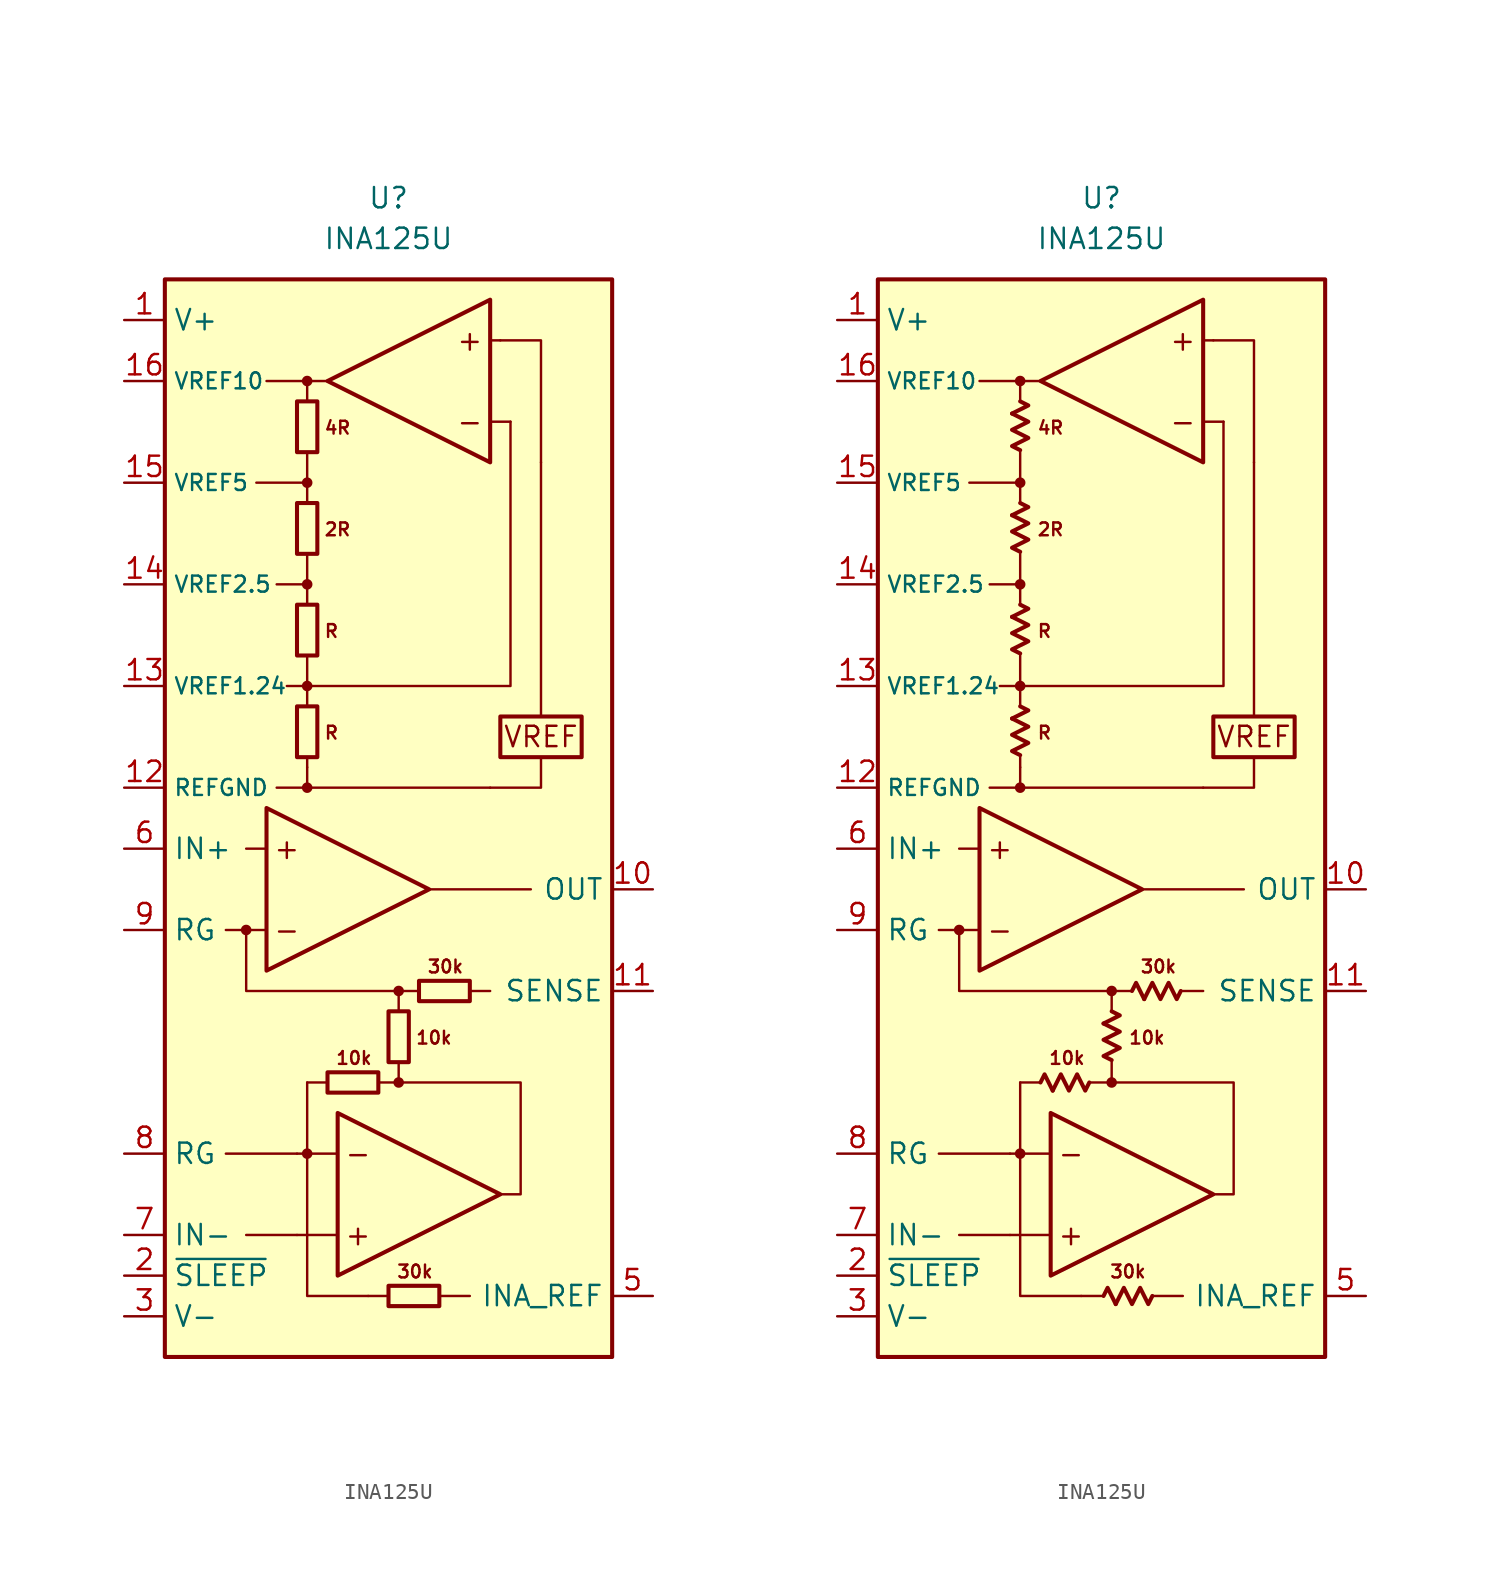
<source format=kicad_sym>
(kicad_symbol_lib
  (version 20231120)
  (generator "kicad_symbol_editor")
  (generator_version "8.0")
  (symbol "INA125U"
    (property "Reference" "U"
      (at 0 36.83 0)
      (effects (font (size 1.27 1.27))))
    (property "Value" "INA125U"
      (at 0 34.29 0)
      (effects (font (size 1.27 1.27))))
    (symbol "INA125U_0_0"
      (circle (center -8.89 -8.89) (radius 0.254) (stroke (width 0.152) (type default)) (fill (type outline)))
      (circle (center -5.08 -22.86) (radius 0.254) (stroke (width 0.152) (type default)) (fill (type outline)))
      (circle (center -5.08 0) (radius 0.254) (stroke (width 0.152) (type default)) (fill (type outline)))
      (circle (center -5.08 6.35) (radius 0.254) (stroke (width 0.152) (type default)) (fill (type outline)))
      (circle (center -5.08 12.7) (radius 0.254) (stroke (width 0.152) (type default)) (fill (type outline)))
      (circle (center -5.08 19.05) (radius 0.254) (stroke (width 0.152) (type default)) (fill (type outline)))
      (circle (center -5.08 25.4) (radius 0.254) (stroke (width 0.152) (type default)) (fill (type outline)))
      (polyline (pts (xy -5.08 0) (xy 6.35 0)) (stroke (width 0.152) (type default)) (fill (type none)))
      (polyline (pts (xy -5.08 1.27) (xy -5.08 0)) (stroke (width 0.152) (type default)) (fill (type none)))
      (polyline (pts (xy -5.08 1.905) (xy -5.08 1.27)) (stroke (width 0.152) (type default)) (fill (type none)))
      (polyline (pts (xy -5.08 6.35) (xy -5.08 5.08)) (stroke (width 0.152) (type default)) (fill (type none)))
      (polyline (pts (xy -5.08 8.255) (xy -5.08 6.35)) (stroke (width 0.152) (type default)) (fill (type none)))
      (polyline (pts (xy -5.08 12.7) (xy -5.08 11.43)) (stroke (width 0.152) (type default)) (fill (type none)))
      (polyline (pts (xy -5.08 14.605) (xy -5.08 12.7)) (stroke (width 0.152) (type default)) (fill (type none)))
      (polyline (pts (xy -5.08 19.05) (xy -5.08 17.78)) (stroke (width 0.152) (type default)) (fill (type none)))
      (polyline (pts (xy -5.08 20.955) (xy -5.08 19.05)) (stroke (width 0.152) (type default)) (fill (type none)))
      (polyline (pts (xy -3.81 -18.415) (xy -5.08 -18.415)) (stroke (width 0.152) (type default)) (fill (type none)))
      (polyline (pts (xy -3.175 -27.94) (xy -5.715 -27.94)) (stroke (width 0.152) (type default)) (fill (type none)))
      (polyline (pts (xy -3.175 -22.86) (xy -5.715 -22.86)) (stroke (width 0.152) (type default)) (fill (type none)))
      (polyline (pts (xy 0 -31.75) (xy -1.27 -31.75)) (stroke (width 0.152) (type default)) (fill (type none)))
      (polyline (pts (xy 1.905 -12.7) (xy 0.635 -12.7)) (stroke (width 0.152) (type default)) (fill (type none)))
      (polyline (pts (xy 6.35 22.86) (xy 7.62 22.86)) (stroke (width 0.152) (type default)) (fill (type none)))
      (polyline (pts (xy 6.35 27.94) (xy 6.985 27.94)) (stroke (width 0.152) (type default)) (fill (type none)))
      (polyline (pts (xy 9.525 4.445) (xy 9.525 20.32)) (stroke (width 0.152) (type default)) (fill (type none)))
      (polyline (pts (xy 9.525 1.905) (xy 9.525 0) (xy 6.35 0)) (stroke (width 0.152) (type default)) (fill (type none)))
      (circle (center 0.635 -18.415) (radius 0.254) (stroke (width 0.152) (type default)) (fill (type outline)))
      (circle (center 0.635 -12.7) (radius 0.254) (stroke (width 0.152) (type default)) (fill (type outline)))
      (rectangle (start 6.985 4.445) (end 12.065 1.905) (stroke (width 0.254) (type default)) (fill (type none)))
      (text "+" (at -6.35 -3.81 0) (effects (font (size 1.27 1.27))))
      (text "+" (at -1.905 -27.94 0) (effects (font (size 1.27 1.27))))
      (text "+" (at 5.08 27.94 0) (effects (font (size 1.27 1.27))))
      (text "-" (at -6.35 -8.89 0) (effects (font (size 1.27 1.27))))
      (text "-" (at -1.905 -22.86 0) (effects (font (size 1.27 1.27))))
      (text "-" (at 5.08 22.86 0) (effects (font (size 1.27 1.27))))
      (text "10k" (at -2.159 -16.891 0) (effects (font (size 0.8 0.8))))
      (text "10k" (at 1.651 -15.621 0) (effects (font (size 0.8 0.8)) (justify left)))
      (text "2R" (at -4.064 16.129 0) (effects (font (size 0.8 0.8)) (justify left)))
      (text "30k" (at 1.651 -30.226 0) (effects (font (size 0.8 0.8))))
      (text "30k" (at 3.556 -11.176 0) (effects (font (size 0.8 0.8))))
      (text "4R" (at -4.064 22.479 0) (effects (font (size 0.8 0.8)) (justify left)))
      (text "R" (at -4.064 3.429 0) (effects (font (size 0.8 0.8)) (justify left)))
      (text "R" (at -4.064 9.779 0) (effects (font (size 0.8 0.8)) (justify left)))
      (text "VREF" (at 9.525 3.175 0) (effects (font (size 1.27 1.27)))))
    (symbol "INA125U_0_1"
      (rectangle (start -5.715 1.905) (end -4.445 5.08) (stroke (width 0.254) (type default)) (fill (type none)))
      (rectangle (start -5.715 8.255) (end -4.445 11.43) (stroke (width 0.254) (type default)) (fill (type none)))
      (rectangle (start -5.715 14.605) (end -4.445 17.78) (stroke (width 0.254) (type default)) (fill (type none)))
      (rectangle (start -5.715 20.955) (end -4.445 24.13) (stroke (width 0.254) (type default)) (fill (type none)))
      (rectangle (start -3.81 -17.78) (end -0.635 -19.05) (stroke (width 0.254) (type default)) (fill (type none)))
      (rectangle (start 0 -31.115) (end 3.175 -32.385) (stroke (width 0.254) (type default)) (fill (type none)))
      (rectangle (start 0 -17.145) (end 1.27 -13.97) (stroke (width 0.254) (type default)) (fill (type none)))
      (rectangle (start 1.905 -12.065) (end 5.08 -13.335) (stroke (width 0.254) (type default)) (fill (type none))))
    (symbol "INA125U_0_2"
      (polyline (pts (xy -5.588 4.318) (xy -4.572 4.826) (xy -5.08 5.08)) (stroke (width 0.254) (type default)) (fill (type none)))
      (polyline (pts (xy -5.588 10.668) (xy -4.572 11.176) (xy -5.08 11.43)) (stroke (width 0.254) (type default)) (fill (type none)))
      (polyline (pts (xy -5.588 17.018) (xy -4.572 17.526) (xy -5.08 17.78)) (stroke (width 0.254) (type default)) (fill (type none)))
      (polyline (pts (xy -5.588 23.368) (xy -4.572 23.876) (xy -5.08 24.13)) (stroke (width 0.254) (type default)) (fill (type none)))
      (polyline (pts (xy -3.048 -18.923) (xy -3.556 -17.907) (xy -3.81 -18.415)) (stroke (width 0.254) (type default)) (fill (type none)))
      (polyline (pts (xy 0.127 -14.732) (xy 1.143 -14.224) (xy 0.635 -13.97)) (stroke (width 0.254) (type default)) (fill (type none)))
      (polyline (pts (xy 0.889 -32.258) (xy 0.381 -31.242) (xy 0.127 -31.75)) (stroke (width 0.254) (type default)) (fill (type none)))
      (polyline (pts (xy 2.667 -13.208) (xy 2.159 -12.192) (xy 1.905 -12.7)) (stroke (width 0.254) (type default)) (fill (type none)))
      (polyline (pts (xy -5.08 2.032) (xy -5.588 2.286) (xy -4.572 2.794) (xy -5.588 3.302) (xy -4.572 3.81) (xy -5.588 4.318)) (stroke (width 0.254) (type default)) (fill (type none)))
      (polyline (pts (xy -5.08 8.382) (xy -5.588 8.636) (xy -4.572 9.144) (xy -5.588 9.652) (xy -4.572 10.16) (xy -5.588 10.668)) (stroke (width 0.254) (type default)) (fill (type none)))
      (polyline (pts (xy -5.08 14.732) (xy -5.588 14.986) (xy -4.572 15.494) (xy -5.588 16.002) (xy -4.572 16.51) (xy -5.588 17.018)) (stroke (width 0.254) (type default)) (fill (type none)))
      (polyline (pts (xy -5.08 21.082) (xy -5.588 21.336) (xy -4.572 21.844) (xy -5.588 22.352) (xy -4.572 22.86) (xy -5.588 23.368)) (stroke (width 0.254) (type default)) (fill (type none)))
      (polyline (pts (xy -0.762 -18.415) (xy -1.016 -18.923) (xy -1.524 -17.907) (xy -2.032 -18.923) (xy -2.54 -17.907) (xy -3.048 -18.923)) (stroke (width 0.254) (type default)) (fill (type none)))
      (polyline (pts (xy 0.635 -17.018) (xy 0.127 -16.764) (xy 1.143 -16.256) (xy 0.127 -15.748) (xy 1.143 -15.24) (xy 0.127 -14.732)) (stroke (width 0.254) (type default)) (fill (type none)))
      (polyline (pts (xy 3.175 -31.75) (xy 2.921 -32.258) (xy 2.413 -31.242) (xy 1.905 -32.258) (xy 1.397 -31.242) (xy 0.889 -32.258)) (stroke (width 0.254) (type default)) (fill (type none)))
      (polyline (pts (xy 4.953 -12.7) (xy 4.699 -13.208) (xy 4.191 -12.192) (xy 3.683 -13.208) (xy 3.175 -12.192) (xy 2.667 -13.208)) (stroke (width 0.254) (type default)) (fill (type none))))
    (symbol "INA125U_1_0"
      (rectangle (start -13.97 31.75) (end 13.97 -35.56) (stroke (width 0.254) (type default)) (fill (type background)))
      (polyline (pts (xy -8.89 -27.94) (xy -5.715 -27.94)) (stroke (width 0.152) (type default)) (fill (type none)))
      (polyline (pts (xy -7.62 -8.89) (xy -10.16 -8.89)) (stroke (width 0.152) (type default)) (fill (type none)))
      (polyline (pts (xy -7.62 -3.81) (xy -8.89 -3.81)) (stroke (width 0.152) (type default)) (fill (type none)))
      (polyline (pts (xy -5.715 -22.86) (xy -10.16 -22.86)) (stroke (width 0.152) (type default)) (fill (type none)))
      (polyline (pts (xy -5.08 -18.415) (xy -5.08 -22.86)) (stroke (width 0.152) (type default)) (fill (type none)))
      (polyline (pts (xy -5.08 0) (xy -6.985 0)) (stroke (width 0.152) (type default)) (fill (type none)))
      (polyline (pts (xy -5.08 6.35) (xy -6.35 6.35)) (stroke (width 0.152) (type default)) (fill (type none)))
      (polyline (pts (xy -5.08 12.7) (xy -6.985 12.7)) (stroke (width 0.152) (type default)) (fill (type none)))
      (polyline (pts (xy -5.08 19.05) (xy -8.255 19.05)) (stroke (width 0.152) (type default)) (fill (type none)))
      (polyline (pts (xy -5.08 25.4) (xy -7.62 25.4)) (stroke (width 0.152) (type default)) (fill (type none)))
      (polyline (pts (xy 0.635 -13.97) (xy 0.635 -12.7)) (stroke (width 0.152) (type default)) (fill (type none)))
      (polyline (pts (xy 2.54 -6.35) (xy 8.89 -6.35)) (stroke (width 0.152) (type default)) (fill (type none)))
      (polyline (pts (xy 3.175 -31.75) (xy 5.08 -31.75)) (stroke (width 0.152) (type default)) (fill (type none)))
      (polyline (pts (xy 5.08 -12.7) (xy 6.35 -12.7)) (stroke (width 0.152) (type default)) (fill (type none)))
      (polyline (pts (xy -8.89 -8.89) (xy -8.89 -12.7) (xy 0.635 -12.7)) (stroke (width 0.152) (type default)) (fill (type none)))
      (polyline (pts (xy -5.08 -22.86) (xy -5.08 -31.75) (xy -1.27 -31.75)) (stroke (width 0.152) (type default)) (fill (type none)))
      (polyline (pts (xy -5.08 24.13) (xy -5.08 25.4) (xy -3.81 25.4)) (stroke (width 0.152) (type default)) (fill (type none)))
      (polyline (pts (xy 0.635 -17.145) (xy 0.635 -18.415) (xy -0.635 -18.415)) (stroke (width 0.152) (type default)) (fill (type none)))
      (polyline (pts (xy 6.985 27.94) (xy 9.525 27.94) (xy 9.525 20.32)) (stroke (width 0.152) (type default)) (fill (type none)))
      (polyline (pts (xy 7.62 22.86) (xy 7.62 6.35) (xy -5.08 6.35)) (stroke (width 0.152) (type default)) (fill (type none)))
      (polyline (pts (xy -7.62 -1.27) (xy -7.62 -11.43) (xy 2.54 -6.35) (xy -7.62 -1.27)) (stroke (width 0.254) (type default)) (fill (type none)))
      (polyline (pts (xy -3.175 -20.32) (xy -3.175 -30.48) (xy 6.985 -25.4) (xy -3.175 -20.32)) (stroke (width 0.254) (type default)) (fill (type none)))
      (polyline (pts (xy 0.635 -18.415) (xy 8.255 -18.415) (xy 8.255 -25.4) (xy 6.985 -25.4)) (stroke (width 0.152) (type default)) (fill (type none)))
      (polyline (pts (xy 6.35 20.32) (xy 6.35 30.48) (xy -3.81 25.4) (xy 6.35 20.32)) (stroke (width 0.254) (type default)) (fill (type none))))
    (symbol "INA125U_1_1"
      (pin power_in line (at -16.51 29.21 0) (length 2.54) (name "V+" (effects (font (size 1.27 1.27)))) (number "1" (effects (font (size 1.27 1.27)))))
      (pin output line (at 16.51 -6.35 180) (length 2.54) (name "OUT" (effects (font (size 1.27 1.27)))) (number "10" (effects (font (size 1.27 1.27)))))
      (pin input line (at 16.51 -12.7 180) (length 2.54) (name "SENSE" (effects (font (size 1.27 1.27)))) (number "11" (effects (font (size 1.27 1.27)))))
      (pin power_in line (at -16.51 0 0) (length 2.54) (name "REFGND" (effects (font (size 1 1)))) (number "12" (effects (font (size 1.27 1.27)))))
      (pin passive line (at -16.51 6.35 0) (length 2.54) (name "VREF1.24" (effects (font (size 1 1)))) (number "13" (effects (font (size 1.27 1.27)))))
      (pin passive line (at -16.51 12.7 0) (length 2.54) (name "VREF2.5" (effects (font (size 1 1)))) (number "14" (effects (font (size 1.27 1.27)))))
      (pin passive line (at -16.51 19.05 0) (length 2.54) (name "VREF5" (effects (font (size 1 1)))) (number "15" (effects (font (size 1.27 1.27)))))
      (pin passive line (at -16.51 25.4 0) (length 2.54) (name "VREF10" (effects (font (size 1 1)))) (number "16" (effects (font (size 1.27 1.27)))))
      (pin input line (at -16.51 -30.48 0) (length 2.54) (name "~{SLEEP}" (effects (font (size 1.27 1.27)))) (number "2" (effects (font (size 1.27 1.27)))))
      (pin power_in line (at -16.51 -33.02 0) (length 2.54) (name "V-" (effects (font (size 1.27 1.27)))) (number "3" (effects (font (size 1.27 1.27)))))
      (pin input line (at 16.51 -31.75 180) (length 2.54) (name "INA_REF" (effects (font (size 1.27 1.27)))) (number "5" (effects (font (size 1.27 1.27)))))
      (pin input line (at -16.51 -3.81 0) (length 2.54) (name "IN+" (effects (font (size 1.27 1.27)))) (number "6" (effects (font (size 1.27 1.27)))))
      (pin input line (at -16.51 -27.94 0) (length 2.54) (name "IN-" (effects (font (size 1.27 1.27)))) (number "7" (effects (font (size 1.27 1.27)))))
      (pin passive line (at -16.51 -22.86 0) (length 2.54) (name "RG" (effects (font (size 1.27 1.27)))) (number "8" (effects (font (size 1.27 1.27)))))
      (pin passive line (at -16.51 -8.89 0) (length 2.54) (name "RG" (effects (font (size 1.27 1.27)))) (number "9" (effects (font (size 1.27 1.27))))))
    (symbol "INA125U_1_2"
      (pin power_in line (at -16.51 29.21 0) (length 2.54) (name "V+" (effects (font (size 1.27 1.27)))) (number "1" (effects (font (size 1.27 1.27)))))
      (pin output line (at 16.51 -6.35 180) (length 2.54) (name "OUT" (effects (font (size 1.27 1.27)))) (number "10" (effects (font (size 1.27 1.27)))))
      (pin input line (at 16.51 -12.7 180) (length 2.54) (name "SENSE" (effects (font (size 1.27 1.27)))) (number "11" (effects (font (size 1.27 1.27)))))
      (pin power_in line (at -16.51 0 0) (length 2.54) (name "REFGND" (effects (font (size 1 1)))) (number "12" (effects (font (size 1.27 1.27)))))
      (pin passive line (at -16.51 6.35 0) (length 2.54) (name "VREF1.24" (effects (font (size 1 1)))) (number "13" (effects (font (size 1.27 1.27)))))
      (pin passive line (at -16.51 12.7 0) (length 2.54) (name "VREF2.5" (effects (font (size 1 1)))) (number "14" (effects (font (size 1.27 1.27)))))
      (pin passive line (at -16.51 19.05 0) (length 2.54) (name "VREF5" (effects (font (size 1 1)))) (number "15" (effects (font (size 1.27 1.27)))))
      (pin passive line (at -16.51 25.4 0) (length 2.54) (name "VREF10" (effects (font (size 1 1)))) (number "16" (effects (font (size 1.27 1.27)))))
      (pin input line (at -16.51 -30.48 0) (length 2.54) (name "~{SLEEP}" (effects (font (size 1.27 1.27)))) (number "2" (effects (font (size 1.27 1.27)))))
      (pin power_in line (at -16.51 -33.02 0) (length 2.54) (name "V-" (effects (font (size 1.27 1.27)))) (number "3" (effects (font (size 1.27 1.27)))))
      (pin input line (at 16.51 -31.75 180) (length 2.54) (name "INA_REF" (effects (font (size 1.27 1.27)))) (number "5" (effects (font (size 1.27 1.27)))))
      (pin input line (at -16.51 -3.81 0) (length 2.54) (name "IN+" (effects (font (size 1.27 1.27)))) (number "6" (effects (font (size 1.27 1.27)))))
      (pin input line (at -16.51 -27.94 0) (length 2.54) (name "IN-" (effects (font (size 1.27 1.27)))) (number "7" (effects (font (size 1.27 1.27)))))
      (pin passive line (at -16.51 -22.86 0) (length 2.54) (name "RG" (effects (font (size 1.27 1.27)))) (number "8" (effects (font (size 1.27 1.27)))))
      (pin passive line (at -16.51 -8.89 0) (length 2.54) (name "RG" (effects (font (size 1.27 1.27)))) (number "9" (effects (font (size 1.27 1.27))))))))
</source>
